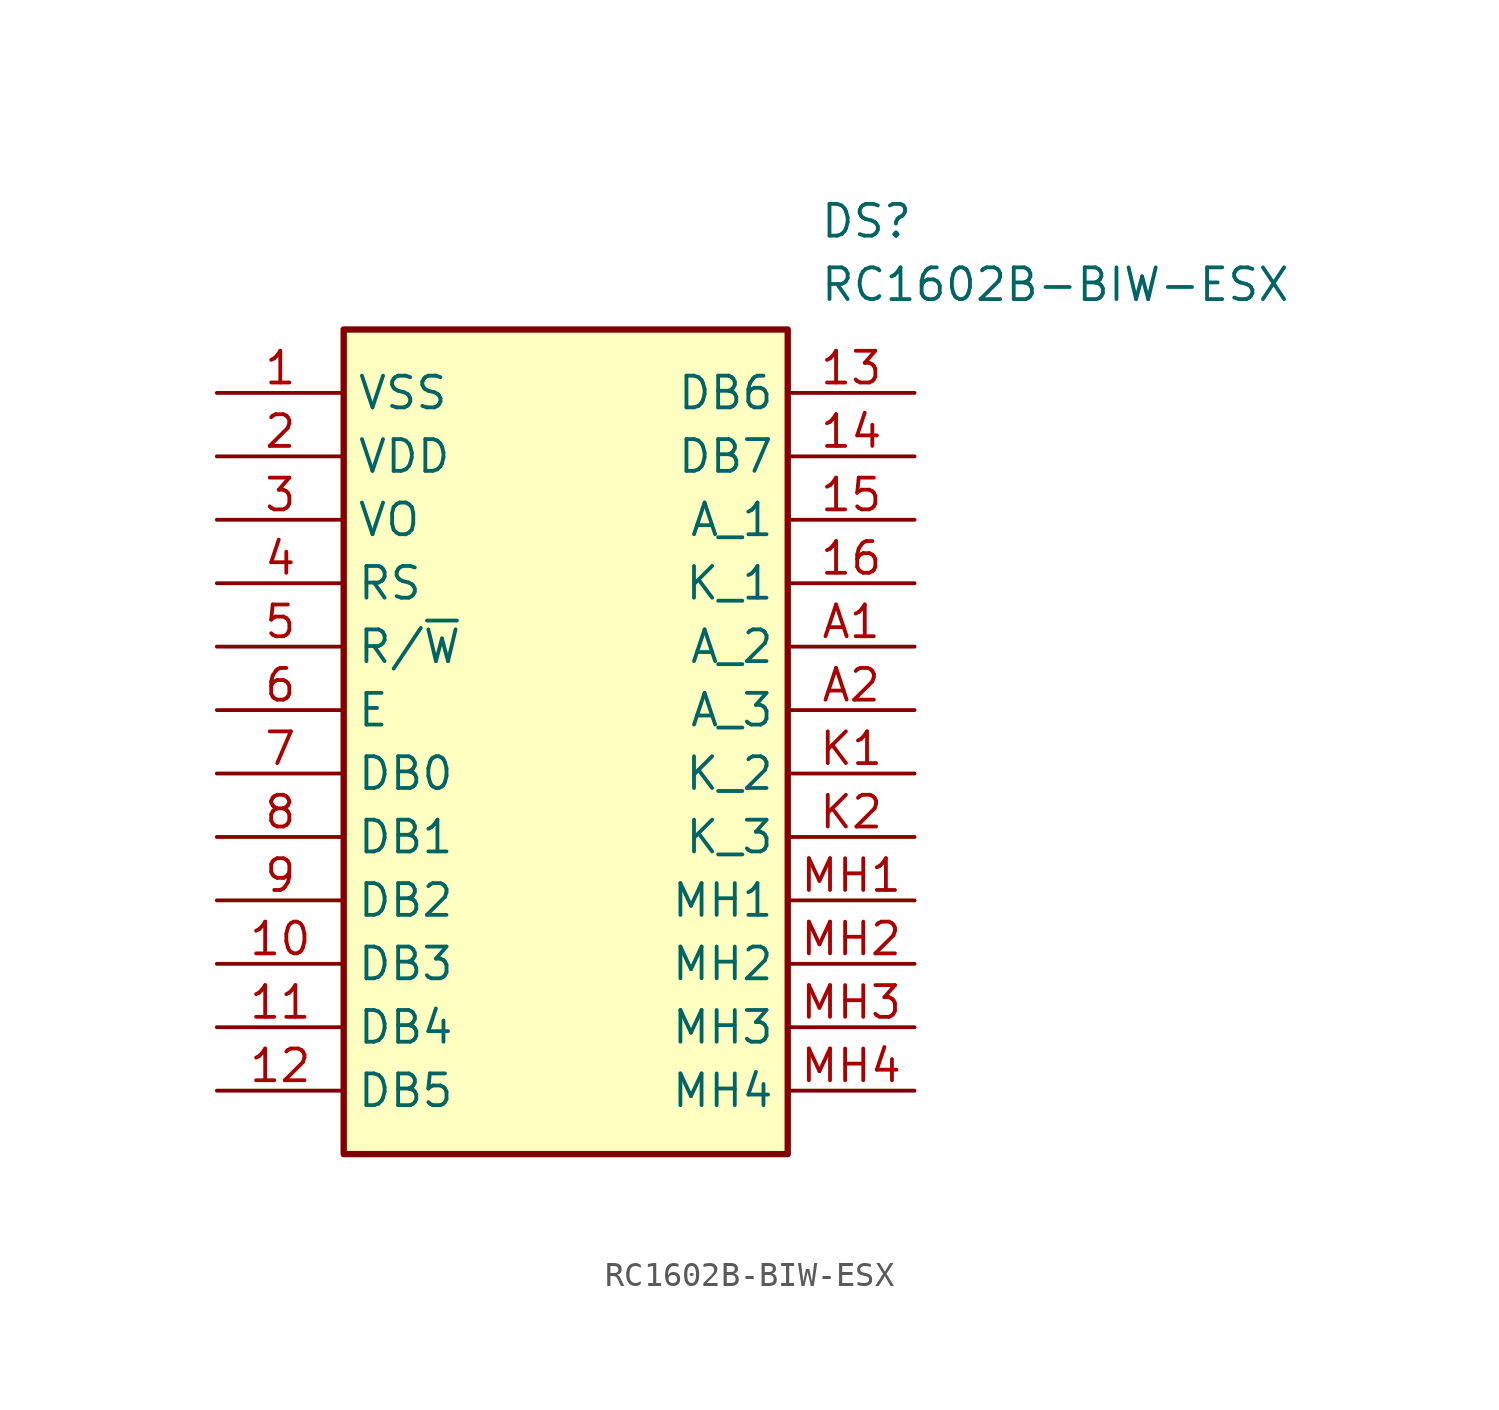
<source format=kicad_sym>
(kicad_symbol_lib
  (version 20211014)
  (generator SamacSys_ECAD_Model)
  (symbol "RC1602B-BIW-ESX"
    (property "Reference" "DS"
      (at 24.13 7.62 0)
      (effects (font (size 1.27 1.27)) (justify left top)))
    (property "Value" "RC1602B-BIW-ESX"
      (at 24.13 5.08 0)
      (effects (font (size 1.27 1.27)) (justify left top)))
    (rectangle
      (start 5.08 2.54)
      (end 22.86 -30.48)
      (stroke (width 0.254) (type default))
      (fill (type background)))
    (pin passive line
      (at 0 0 0)
      (length 5.08)
      (name "VSS" (effects (font (size 1.27 1.27))))
      (number "1" (effects (font (size 1.27 1.27)))))
    (pin passive line
      (at 0 -2.54 0)
      (length 5.08)
      (name "VDD" (effects (font (size 1.27 1.27))))
      (number "2" (effects (font (size 1.27 1.27)))))
    (pin passive line
      (at 0 -5.08 0)
      (length 5.08)
      (name "VO" (effects (font (size 1.27 1.27))))
      (number "3" (effects (font (size 1.27 1.27)))))
    (pin passive line
      (at 0 -7.62 0)
      (length 5.08)
      (name "RS" (effects (font (size 1.27 1.27))))
      (number "4" (effects (font (size 1.27 1.27)))))
    (pin passive line
      (at 0 -10.16 0)
      (length 5.08)
      (name "R/~{W}" (effects (font (size 1.27 1.27))))
      (number "5" (effects (font (size 1.27 1.27)))))
    (pin passive line
      (at 0 -12.7 0)
      (length 5.08)
      (name "E" (effects (font (size 1.27 1.27))))
      (number "6" (effects (font (size 1.27 1.27)))))
    (pin passive line
      (at 0 -15.24 0)
      (length 5.08)
      (name "DB0" (effects (font (size 1.27 1.27))))
      (number "7" (effects (font (size 1.27 1.27)))))
    (pin passive line
      (at 0 -17.78 0)
      (length 5.08)
      (name "DB1" (effects (font (size 1.27 1.27))))
      (number "8" (effects (font (size 1.27 1.27)))))
    (pin passive line
      (at 0 -20.32 0)
      (length 5.08)
      (name "DB2" (effects (font (size 1.27 1.27))))
      (number "9" (effects (font (size 1.27 1.27)))))
    (pin passive line
      (at 0 -22.86 0)
      (length 5.08)
      (name "DB3" (effects (font (size 1.27 1.27))))
      (number "10" (effects (font (size 1.27 1.27)))))
    (pin passive line
      (at 0 -25.4 0)
      (length 5.08)
      (name "DB4" (effects (font (size 1.27 1.27))))
      (number "11" (effects (font (size 1.27 1.27)))))
    (pin passive line
      (at 0 -27.94 0)
      (length 5.08)
      (name "DB5" (effects (font (size 1.27 1.27))))
      (number "12" (effects (font (size 1.27 1.27)))))
    (pin passive line
      (at 27.94 0 180)
      (length 5.08)
      (name "DB6" (effects (font (size 1.27 1.27))))
      (number "13" (effects (font (size 1.27 1.27)))))
    (pin passive line
      (at 27.94 -2.54 180)
      (length 5.08)
      (name "DB7" (effects (font (size 1.27 1.27))))
      (number "14" (effects (font (size 1.27 1.27)))))
    (pin passive line
      (at 27.94 -5.08 180)
      (length 5.08)
      (name "A_1" (effects (font (size 1.27 1.27))))
      (number "15" (effects (font (size 1.27 1.27)))))
    (pin passive line
      (at 27.94 -7.62 180)
      (length 5.08)
      (name "K_1" (effects (font (size 1.27 1.27))))
      (number "16" (effects (font (size 1.27 1.27)))))
    (pin passive line
      (at 27.94 -10.16 180)
      (length 5.08)
      (name "A_2" (effects (font (size 1.27 1.27))))
      (number "A1" (effects (font (size 1.27 1.27)))))
    (pin passive line
      (at 27.94 -12.7 180)
      (length 5.08)
      (name "A_3" (effects (font (size 1.27 1.27))))
      (number "A2" (effects (font (size 1.27 1.27)))))
    (pin passive line
      (at 27.94 -15.24 180)
      (length 5.08)
      (name "K_2" (effects (font (size 1.27 1.27))))
      (number "K1" (effects (font (size 1.27 1.27)))))
    (pin passive line
      (at 27.94 -17.78 180)
      (length 5.08)
      (name "K_3" (effects (font (size 1.27 1.27))))
      (number "K2" (effects (font (size 1.27 1.27)))))
    (pin passive line
      (at 27.94 -20.32 180)
      (length 5.08)
      (name "MH1" (effects (font (size 1.27 1.27))))
      (number "MH1" (effects (font (size 1.27 1.27)))))
    (pin passive line
      (at 27.94 -22.86 180)
      (length 5.08)
      (name "MH2" (effects (font (size 1.27 1.27))))
      (number "MH2" (effects (font (size 1.27 1.27)))))
    (pin passive line
      (at 27.94 -25.4 180)
      (length 5.08)
      (name "MH3" (effects (font (size 1.27 1.27))))
      (number "MH3" (effects (font (size 1.27 1.27)))))
    (pin passive line
      (at 27.94 -27.94 180)
      (length 5.08)
      (name "MH4" (effects (font (size 1.27 1.27))))
      (number "MH4" (effects (font (size 1.27 1.27)))))))
</source>
